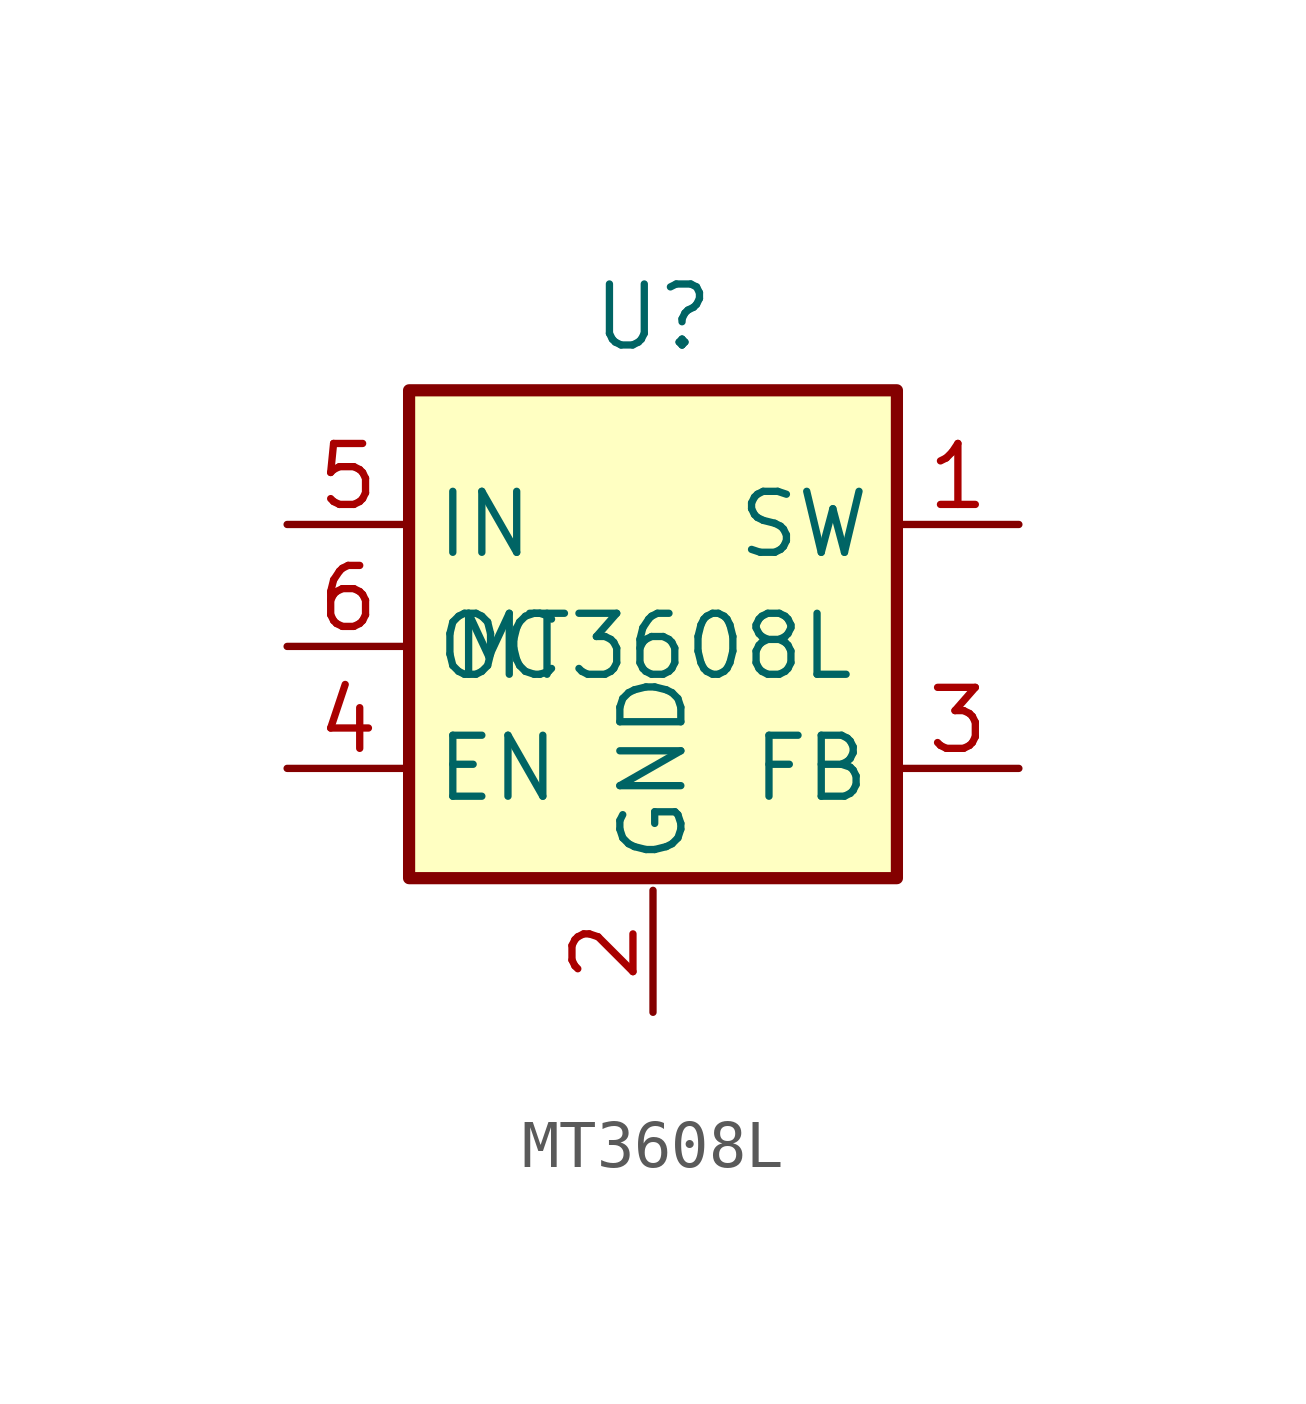
<source format=kicad_sym>
(kicad_symbol_lib
  (version 20241209)
  (generator "kicad_symbol_editor")
  (generator_version "9.0")
  (symbol "MT3608L"
    (property "Reference" "U"
      (at 0 6.858 0)
      (effects (font (size 1.27 1.27))))
    (property "Value" "MT3608L"
      (at 0 0 0)
      (effects (font (size 1.27 1.27))))
    (symbol "MT3608L_0_1"
      (rectangle (start -5.08 5.334) (end 5.08 -4.826) (stroke (width 0.254) (type default)) (fill (type background))))
    (symbol "MT3608L_1_1"
      (pin power_in line (at -7.62 2.54 0) (length 2.54) (name "IN" (effects (font (size 1.27 1.27)))) (number "5" (effects (font (size 1.27 1.27)))))
      (pin input line (at -7.62 0 0) (length 2.54) (name "OC" (effects (font (size 1.27 1.27)))) (number "6" (effects (font (size 1.27 1.27)))))
      (pin input line (at -7.62 -2.54 0) (length 2.54) (name "EN" (effects (font (size 1.27 1.27)))) (number "4" (effects (font (size 1.27 1.27)))))
      (pin power_in line (at 0 -7.62 90) (length 2.54) (name "GND" (effects (font (size 1.27 1.27)))) (number "2" (effects (font (size 1.27 1.27)))))
      (pin passive line (at 7.62 2.54 180) (length 2.54) (name "SW" (effects (font (size 1.27 1.27)))) (number "1" (effects (font (size 1.27 1.27)))))
      (pin input line (at 7.62 -2.54 180) (length 2.54) (name "FB" (effects (font (size 1.27 1.27)))) (number "3" (effects (font (size 1.27 1.27))))))))
</source>
